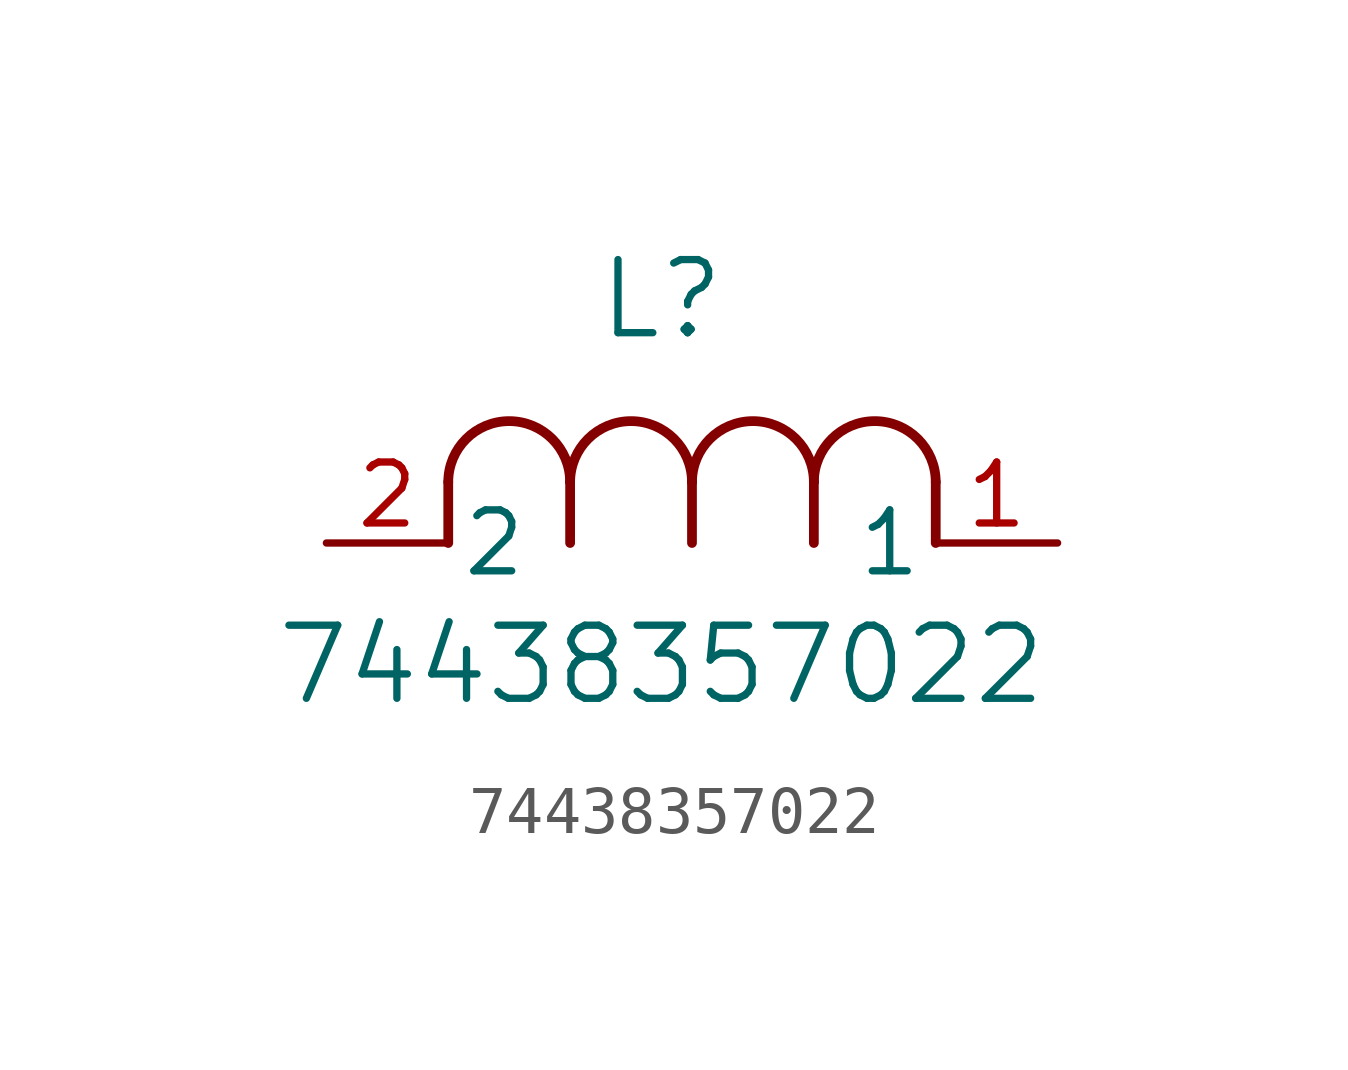
<source format=kicad_sym>
(kicad_symbol_lib
  (version 20211014)
  (generator kicad_symbol_editor)
  (symbol "74438357022"
    (pin_names
      (offset 0.254))
    (property "Reference" "L"
      (at 6.985 5.08 0)
      (effects (font (size 1.524 1.524))))
    (property "Value" "74438357022"
      (at 6.985 -2.54 0)
      (effects (font (size 1.524 1.524))))
    (symbol "74438357022_0_1"
      (arc (start 7.62 1.27) (mid 6.35 2.54) (end 5.08 1.27) (stroke (width 0.2032) (type default) (color 0 0 0 0)) (fill (type none)))
      (polyline (pts (xy 5.08 0) (xy 5.08 1.27)) (stroke (width 0.203) (type default) (color 0 0 0 0)) (fill (type none)))
      (polyline (pts (xy 7.62 0) (xy 7.62 1.27)) (stroke (width 0.203) (type default) (color 0 0 0 0)) (fill (type none)))
      (polyline (pts (xy 12.7 0) (xy 12.7 1.27)) (stroke (width 0.203) (type default) (color 0 0 0 0)) (fill (type none)))
      (arc (start 5.08 1.27) (mid 3.81 2.54) (end 2.54 1.27) (stroke (width 0.2032) (type default) (color 0 0 0 0)) (fill (type none)))
      (arc (start 10.16 1.27) (mid 8.89 2.54) (end 7.62 1.27) (stroke (width 0.2032) (type default) (color 0 0 0 0)) (fill (type none)))
      (arc (start 12.7 1.27) (mid 11.43 2.54) (end 10.16 1.27) (stroke (width 0.2032) (type default) (color 0 0 0 0)) (fill (type none)))
      (polyline (pts (xy 2.54 0) (xy 2.54 1.27)) (stroke (width 0.203) (type default) (color 0 0 0 0)) (fill (type none)))
      (polyline (pts (xy 10.16 0) (xy 10.16 1.27)) (stroke (width 0.203) (type default) (color 0 0 0 0)) (fill (type none)))
      (pin unspecified line (at 0 0 0) (length 2.54) (name "2" (effects (font (size 1.27 1.27)))) (number "2" (effects (font (size 1.27 1.27)))))
      (pin unspecified line (at 15.24 0 180) (length 2.54) (name "1" (effects (font (size 1.27 1.27)))) (number "1" (effects (font (size 1.27 1.27))))))))
</source>
